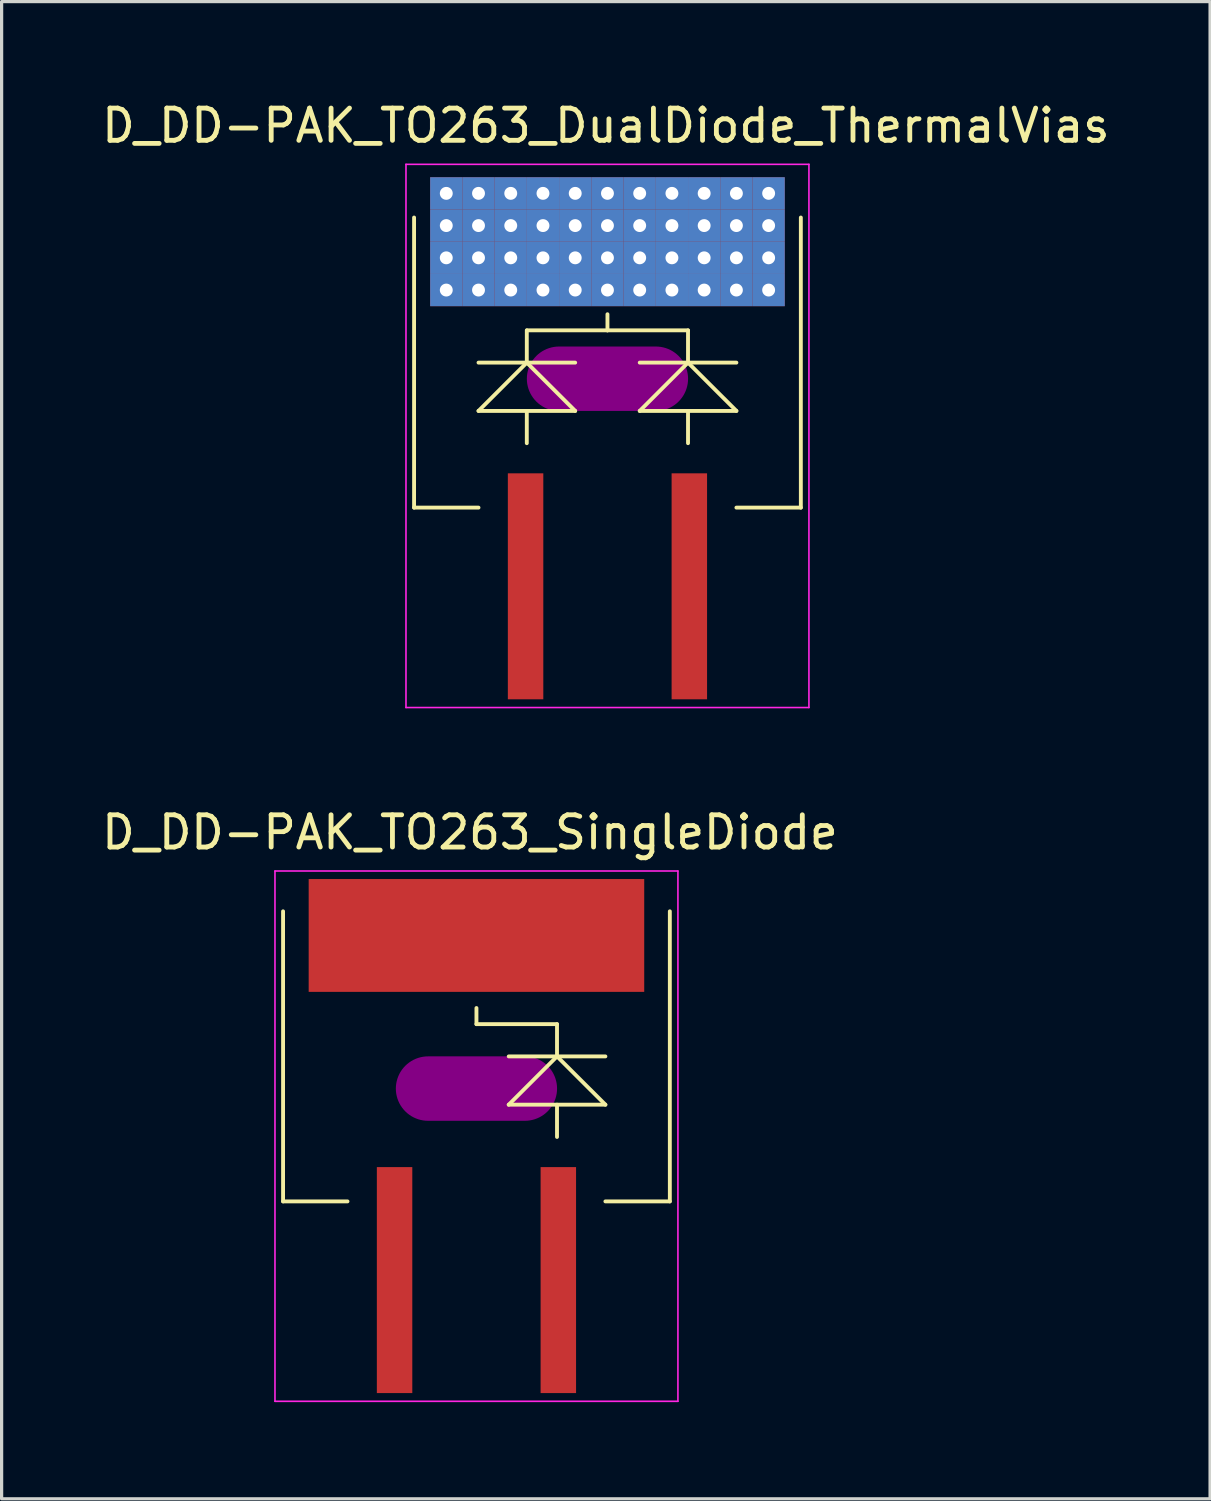
<source format=kicad_pcb>
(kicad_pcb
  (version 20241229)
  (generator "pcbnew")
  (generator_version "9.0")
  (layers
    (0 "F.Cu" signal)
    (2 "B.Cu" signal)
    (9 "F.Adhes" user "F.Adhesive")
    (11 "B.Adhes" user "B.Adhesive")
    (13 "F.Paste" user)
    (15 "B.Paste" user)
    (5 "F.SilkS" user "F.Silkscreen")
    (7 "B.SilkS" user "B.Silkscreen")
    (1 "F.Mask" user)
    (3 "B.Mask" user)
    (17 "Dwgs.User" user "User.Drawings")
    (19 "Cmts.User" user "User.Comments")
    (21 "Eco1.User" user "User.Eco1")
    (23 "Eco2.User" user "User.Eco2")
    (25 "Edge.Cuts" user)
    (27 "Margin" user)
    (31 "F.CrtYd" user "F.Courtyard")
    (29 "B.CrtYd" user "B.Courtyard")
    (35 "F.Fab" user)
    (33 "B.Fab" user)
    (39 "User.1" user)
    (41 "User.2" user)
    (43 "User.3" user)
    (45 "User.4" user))
  (footprint "D_DD-PAK_TO263_DualDiode_ThermalVias"
    (layer "F.Cu")
    (at 15.794 10.698)
    (property "Reference" "D_DD-PAK_TO263_DualDiode_ThermalVias" (at -0.05 -9.85 0) (layer "F.SilkS") (effects (font (size 1 1) (thickness 0.15))))
    (attr smd)
    (fp_line (start -5.5 -8.25) (end 5.5 -8.25) (stroke (width 0.45) (type solid)) (layer "F.Mask"))
    (fp_line (start -5.5 -4.25) (end -5.5 -8.25) (stroke (width 0.45) (type solid)) (layer "F.Mask"))
    (fp_line (start -5.25 -7.25) (end 5.25 -7.25) (stroke (width 0.45) (type solid)) (layer "F.Mask"))
    (fp_line (start -5.25 -6.25) (end 5.25 -6.25) (stroke (width 0.45) (type solid)) (layer "F.Mask"))
    (fp_line (start -5.25 -5.25) (end 5.25 -5.25) (stroke (width 0.45) (type solid)) (layer "F.Mask"))
    (fp_line (start -4.5 -8.05) (end -4.5 -4.5) (stroke (width 0.45) (type solid)) (layer "F.Mask"))
    (fp_line (start -3.5 -8.05) (end -3.5 -4.5) (stroke (width 0.45) (type solid)) (layer "F.Mask"))
    (fp_line (start -2.5 -8.05) (end -2.5 -4.5) (stroke (width 0.45) (type solid)) (layer "F.Mask"))
    (fp_line (start -1.5 -8.05) (end -1.5 -4.5) (stroke (width 0.45) (type solid)) (layer "F.Mask"))
    (fp_line (start -0.5 -8.05) (end -0.5 -4.5) (stroke (width 0.45) (type solid)) (layer "F.Mask"))
    (fp_line (start 0.5 -8.05) (end 0.5 -4.5) (stroke (width 0.45) (type solid)) (layer "F.Mask"))
    (fp_line (start 1.5 -8.05) (end 1.5 -4.5) (stroke (width 0.45) (type solid)) (layer "F.Mask"))
    (fp_line (start 2.5 -8.05) (end 2.5 -4.5) (stroke (width 0.45) (type solid)) (layer "F.Mask"))
    (fp_line (start 3.5 -8.05) (end 3.5 -4.5) (stroke (width 0.45) (type solid)) (layer "F.Mask"))
    (fp_line (start 4.5 -8.05) (end 4.5 -4.5) (stroke (width 0.45) (type solid)) (layer "F.Mask"))
    (fp_line (start 5.5 -8.25) (end 5.5 -4.25) (stroke (width 0.45) (type solid)) (layer "F.Mask"))
    (fp_line (start 5.5 -4.25) (end -5.5 -4.25) (stroke (width 0.45) (type solid)) (layer "F.Mask"))
    (fp_circle (center -5 -7.75) (end -4.9 -7.75) (stroke (width 0.215) (type solid)) (fill no) (layer "F.Mask"))
    (fp_circle (center -5 -6.75) (end -4.9 -6.75) (stroke (width 0.215) (type solid)) (fill no) (layer "F.Mask"))
    (fp_circle (center -5 -5.75) (end -4.9 -5.75) (stroke (width 0.215) (type solid)) (fill no) (layer "F.Mask"))
    (fp_circle (center -5 -4.75) (end -4.9 -4.75) (stroke (width 0.215) (type solid)) (fill no) (layer "F.Mask"))
    (fp_circle (center -4 -7.75) (end -3.9 -7.75) (stroke (width 0.215) (type solid)) (fill no) (layer "F.Mask"))
    (fp_circle (center -4 -6.75) (end -3.9 -6.75) (stroke (width 0.215) (type solid)) (fill no) (layer "F.Mask"))
    (fp_circle (center -4 -5.75) (end -3.9 -5.75) (stroke (width 0.215) (type solid)) (fill no) (layer "F.Mask"))
    (fp_circle (center -4 -4.75) (end -3.9 -4.75) (stroke (width 0.215) (type solid)) (fill no) (layer "F.Mask"))
    (fp_circle (center -3 -7.75) (end -2.9 -7.75) (stroke (width 0.215) (type solid)) (fill no) (layer "F.Mask"))
    (fp_circle (center -3 -6.75) (end -2.9 -6.75) (stroke (width 0.215) (type solid)) (fill no) (layer "F.Mask"))
    (fp_circle (center -3 -5.75) (end -2.9 -5.75) (stroke (width 0.215) (type solid)) (fill no) (layer "F.Mask"))
    (fp_circle (center -3 -4.75) (end -2.9 -4.75) (stroke (width 0.215) (type solid)) (fill no) (layer "F.Mask"))
    (fp_circle (center -2 -7.75) (end -1.9 -7.75) (stroke (width 0.215) (type solid)) (fill no) (layer "F.Mask"))
    (fp_circle (center -2 -6.75) (end -1.9 -6.75) (stroke (width 0.215) (type solid)) (fill no) (layer "F.Mask"))
    (fp_circle (center -2 -5.75) (end -1.9 -5.75) (stroke (width 0.215) (type solid)) (fill no) (layer "F.Mask"))
    (fp_circle (center -2 -4.75) (end -1.9 -4.75) (stroke (width 0.215) (type solid)) (fill no) (layer "F.Mask"))
    (fp_circle (center -1 -7.75) (end -0.9 -7.75) (stroke (width 0.215) (type solid)) (fill no) (layer "F.Mask"))
    (fp_circle (center -1 -6.75) (end -0.9 -6.75) (stroke (width 0.215) (type solid)) (fill no) (layer "F.Mask"))
    (fp_circle (center -1 -5.75) (end -0.9 -5.75) (stroke (width 0.215) (type solid)) (fill no) (layer "F.Mask"))
    (fp_circle (center -1 -4.75) (end -0.9 -4.75) (stroke (width 0.215) (type solid)) (fill no) (layer "F.Mask"))
    (fp_circle (center 0 -7.75) (end 0.1 -7.75) (stroke (width 0.215) (type solid)) (fill no) (layer "F.Mask"))
    (fp_circle (center 0 -6.75) (end 0.1 -6.75) (stroke (width 0.215) (type solid)) (fill no) (layer "F.Mask"))
    (fp_circle (center 0 -5.75) (end 0.1 -5.75) (stroke (width 0.215) (type solid)) (fill no) (layer "F.Mask"))
    (fp_circle (center 0 -4.75) (end 0.1 -4.75) (stroke (width 0.215) (type solid)) (fill no) (layer "F.Mask"))
    (fp_circle (center 1 -7.75) (end 1.1 -7.75) (stroke (width 0.215) (type solid)) (fill no) (layer "F.Mask"))
    (fp_circle (center 1 -6.75) (end 1.1 -6.75) (stroke (width 0.215) (type solid)) (fill no) (layer "F.Mask"))
    (fp_circle (center 1 -5.75) (end 1.1 -5.75) (stroke (width 0.215) (type solid)) (fill no) (layer "F.Mask"))
    (fp_circle (center 1 -4.75) (end 1.1 -4.75) (stroke (width 0.215) (type solid)) (fill no) (layer "F.Mask"))
    (fp_circle (center 2 -7.75) (end 2.1 -7.75) (stroke (width 0.215) (type solid)) (fill no) (layer "F.Mask"))
    (fp_circle (center 2 -6.75) (end 2.1 -6.75) (stroke (width 0.215) (type solid)) (fill no) (layer "F.Mask"))
    (fp_circle (center 2 -5.75) (end 2.1 -5.75) (stroke (width 0.215) (type solid)) (fill no) (layer "F.Mask"))
    (fp_circle (center 2 -4.75) (end 2.1 -4.75) (stroke (width 0.215) (type solid)) (fill no) (layer "F.Mask"))
    (fp_circle (center 3 -7.75) (end 3.1 -7.75) (stroke (width 0.215) (type solid)) (fill no) (layer "F.Mask"))
    (fp_circle (center 3 -6.75) (end 3.1 -6.75) (stroke (width 0.215) (type solid)) (fill no) (layer "F.Mask"))
    (fp_circle (center 3 -5.75) (end 3.1 -5.75) (stroke (width 0.215) (type solid)) (fill no) (layer "F.Mask"))
    (fp_circle (center 3 -4.75) (end 3.1 -4.75) (stroke (width 0.215) (type solid)) (fill no) (layer "F.Mask"))
    (fp_circle (center 4 -7.75) (end 4.1 -7.75) (stroke (width 0.215) (type solid)) (fill no) (layer "F.Mask"))
    (fp_circle (center 4 -6.75) (end 4.1 -6.75) (stroke (width 0.215) (type solid)) (fill no) (layer "F.Mask"))
    (fp_circle (center 4 -5.75) (end 4.1 -5.75) (stroke (width 0.215) (type solid)) (fill no) (layer "F.Mask"))
    (fp_circle (center 4 -4.75) (end 4.1 -4.75) (stroke (width 0.215) (type solid)) (fill no) (layer "F.Mask"))
    (fp_circle (center 5 -7.75) (end 5.1 -7.75) (stroke (width 0.215) (type solid)) (fill no) (layer "F.Mask"))
    (fp_circle (center 5 -6.75) (end 5.1 -6.75) (stroke (width 0.215) (type solid)) (fill no) (layer "F.Mask"))
    (fp_circle (center 5 -5.75) (end 5.1 -5.75) (stroke (width 0.215) (type solid)) (fill no) (layer "F.Mask"))
    (fp_circle (center 5 -4.75) (end 5.1 -4.75) (stroke (width 0.215) (type solid)) (fill no) (layer "F.Mask"))
    (fp_line (start -5.999 -7) (end -5.999 1.999) (stroke (width 0.12) (type solid)) (layer "F.SilkS"))
    (fp_line (start -5.999 1.999) (end -4 1.999) (stroke (width 0.12) (type solid)) (layer "F.SilkS"))
    (fp_line (start -4 -2.499) (end -1.001 -2.499) (stroke (width 0.12) (type solid)) (layer "F.SilkS"))
    (fp_line (start -4 -1.001) (end -1.001 -1.001) (stroke (width 0.12) (type solid)) (layer "F.SilkS"))
    (fp_line (start -2.502 -2.499) (end -4 -1.001) (stroke (width 0.12) (type solid)) (layer "F.SilkS"))
    (fp_line (start -2.502 -2.499) (end -2.502 -3.5) (stroke (width 0.12) (type solid)) (layer "F.SilkS"))
    (fp_line (start -2.502 -1.001) (end -2.502 0) (stroke (width 0.12) (type solid)) (layer "F.SilkS"))
    (fp_line (start -2.499 -3.5) (end 0 -3.5) (stroke (width 0.12) (type solid)) (layer "F.SilkS"))
    (fp_line (start -1.001 -1.001) (end -2.502 -2.499) (stroke (width 0.12) (type solid)) (layer "F.SilkS"))
    (fp_line (start 0 -3.5) (end 0 -4) (stroke (width 0.12) (type solid)) (layer "F.SilkS"))
    (fp_line (start 1.001 -2.499) (end 4 -2.499) (stroke (width 0.12) (type solid)) (layer "F.SilkS"))
    (fp_line (start 1.001 -1.001) (end 4 -1.001) (stroke (width 0.12) (type solid)) (layer "F.SilkS"))
    (fp_line (start 2.499 -3.5) (end 0 -3.5) (stroke (width 0.12) (type solid)) (layer "F.SilkS"))
    (fp_line (start 2.499 -2.499) (end 1.001 -1.001) (stroke (width 0.12) (type solid)) (layer "F.SilkS"))
    (fp_line (start 2.499 -2.499) (end 2.499 -3.5) (stroke (width 0.12) (type solid)) (layer "F.SilkS"))
    (fp_line (start 2.499 -1.001) (end 2.499 0) (stroke (width 0.12) (type solid)) (layer "F.SilkS"))
    (fp_line (start 4 -1.001) (end 2.499 -2.499) (stroke (width 0.12) (type solid)) (layer "F.SilkS"))
    (fp_line (start 4 1.999) (end 5.999 1.999) (stroke (width 0.12) (type solid)) (layer "F.SilkS"))
    (fp_line (start 5.999 1.999) (end 5.999 -7) (stroke (width 0.12) (type solid)) (layer "F.SilkS"))
    (fp_line (start -5.25 -7.25) (end 5.25 -7.25) (stroke (width 0.45) (type solid)) (layer "F.Paste"))
    (fp_line (start -5.25 -6.25) (end 5.25 -6.25) (stroke (width 0.45) (type solid)) (layer "F.Paste"))
    (fp_line (start -5.25 -5.25) (end 5.25 -5.25) (stroke (width 0.45) (type solid)) (layer "F.Paste"))
    (fp_line (start -4.5 -8.05) (end -4.5 -4.5) (stroke (width 0.45) (type solid)) (layer "F.Paste"))
    (fp_line (start -3.5 -8.05) (end -3.5 -4.5) (stroke (width 0.45) (type solid)) (layer "F.Paste"))
    (fp_line (start -2.5 -8.05) (end -2.5 -4.5) (stroke (width 0.45) (type solid)) (layer "F.Paste"))
    (fp_line (start -1.5 -8.05) (end -1.5 -4.5) (stroke (width 0.45) (type solid)) (layer "F.Paste"))
    (fp_line (start -0.5 -8.05) (end -0.5 -4.5) (stroke (width 0.45) (type solid)) (layer "F.Paste"))
    (fp_line (start 0.5 -8.05) (end 0.5 -4.5) (stroke (width 0.45) (type solid)) (layer "F.Paste"))
    (fp_line (start 1.5 -8.05) (end 1.5 -4.5) (stroke (width 0.45) (type solid)) (layer "F.Paste"))
    (fp_line (start 2.5 -8.05) (end 2.5 -4.5) (stroke (width 0.45) (type solid)) (layer "F.Paste"))
    (fp_line (start 3.5 -8.05) (end 3.5 -4.5) (stroke (width 0.45) (type solid)) (layer "F.Paste"))
    (fp_line (start 4.5 -8.05) (end 4.5 -4.5) (stroke (width 0.45) (type solid)) (layer "F.Paste"))
    (fp_line (start -6.25 -8.65) (end 6.25 -8.65) (stroke (width 0.05) (type solid)) (layer "F.CrtYd"))
    (fp_line (start -6.25 8.2) (end -6.25 -8.65) (stroke (width 0.05) (type solid)) (layer "F.CrtYd"))
    (fp_line (start 6.25 -8.65) (end 6.25 8.2) (stroke (width 0.05) (type solid)) (layer "F.CrtYd"))
    (fp_line (start 6.25 8.2) (end -6.25 8.2) (stroke (width 0.05) (type solid)) (layer "F.CrtYd"))
    (pad "" smd oval (at 0 -1.999) (size 5.001 1.999) (layers "F.Adhes"))
    (pad "1" smd rect (at -2.54 4.44) (size 1.1 7.01) (layers "F.Cu" "F.Mask" "F.Paste"))
    (pad "2" thru_hole rect (at -5 -7.75) (size 1 1) (drill 0.4) (layers "*.Cu" "B.Mask"))
    (pad "2" thru_hole rect (at -5 -6.75) (size 1 1) (drill 0.4) (layers "*.Cu" "B.Mask"))
    (pad "2" thru_hole rect (at -5 -5.75) (size 1 1) (drill 0.4) (layers "*.Cu" "B.Mask"))
    (pad "2" thru_hole rect (at -5 -4.75) (size 1 1) (drill 0.4) (layers "*.Cu" "B.Mask"))
    (pad "2" thru_hole rect (at -4 -7.75) (size 1 1) (drill 0.4) (layers "*.Cu" "B.Mask"))
    (pad "2" thru_hole rect (at -4 -6.75) (size 1 1) (drill 0.4) (layers "*.Cu" "B.Mask"))
    (pad "2" thru_hole rect (at -4 -5.75) (size 1 1) (drill 0.4) (layers "*.Cu" "B.Mask"))
    (pad "2" thru_hole rect (at -4 -4.75) (size 1 1) (drill 0.4) (layers "*.Cu" "B.Mask"))
    (pad "2" thru_hole rect (at -3 -7.75) (size 1 1) (drill 0.4) (layers "*.Cu" "B.Mask"))
    (pad "2" thru_hole rect (at -3 -6.75) (size 1 1) (drill 0.4) (layers "*.Cu" "B.Mask"))
    (pad "2" thru_hole rect (at -3 -5.75) (size 1 1) (drill 0.4) (layers "*.Cu" "B.Mask"))
    (pad "2" thru_hole rect (at -3 -4.75) (size 1 1) (drill 0.4) (layers "*.Cu" "B.Mask"))
    (pad "2" thru_hole rect (at -2 -7.75) (size 1 1) (drill 0.4) (layers "*.Cu" "B.Mask"))
    (pad "2" thru_hole rect (at -2 -6.75) (size 1 1) (drill 0.4) (layers "*.Cu" "B.Mask"))
    (pad "2" thru_hole rect (at -2 -5.75) (size 1 1) (drill 0.4) (layers "*.Cu" "B.Mask"))
    (pad "2" thru_hole rect (at -2 -4.75) (size 1 1) (drill 0.4) (layers "*.Cu" "B.Mask"))
    (pad "2" thru_hole rect (at -1 -7.75) (size 1 1) (drill 0.4) (layers "*.Cu" "B.Mask"))
    (pad "2" thru_hole rect (at -1 -6.75) (size 1 1) (drill 0.4) (layers "*.Cu" "B.Mask"))
    (pad "2" thru_hole rect (at -1 -5.75) (size 1 1) (drill 0.4) (layers "*.Cu" "B.Mask"))
    (pad "2" thru_hole rect (at -1 -4.75) (size 1 1) (drill 0.4) (layers "*.Cu" "B.Mask"))
    (pad "2" thru_hole rect (at 0 -7.75) (size 1 1) (drill 0.4) (layers "*.Cu" "B.Mask"))
    (pad "2" thru_hole rect (at 0 -6.75) (size 1 1) (drill 0.4) (layers "*.Cu" "B.Mask"))
    (pad "2" thru_hole rect (at 0 -5.75) (size 1 1) (drill 0.4) (layers "*.Cu" "B.Mask"))
    (pad "2" thru_hole rect (at 0 -4.75) (size 1 1) (drill 0.4) (layers "*.Cu" "B.Mask"))
    (pad "2" thru_hole rect (at 1 -7.75) (size 1 1) (drill 0.4) (layers "*.Cu" "B.Mask"))
    (pad "2" thru_hole rect (at 1 -6.75) (size 1 1) (drill 0.4) (layers "*.Cu" "B.Mask"))
    (pad "2" thru_hole rect (at 1 -5.75) (size 1 1) (drill 0.4) (layers "*.Cu" "B.Mask"))
    (pad "2" thru_hole rect (at 1 -4.75) (size 1 1) (drill 0.4) (layers "*.Cu" "B.Mask"))
    (pad "2" thru_hole rect (at 2 -7.75) (size 1 1) (drill 0.4) (layers "*.Cu" "B.Mask"))
    (pad "2" thru_hole rect (at 2 -6.75) (size 1 1) (drill 0.4) (layers "*.Cu" "B.Mask"))
    (pad "2" thru_hole rect (at 2 -5.75) (size 1 1) (drill 0.4) (layers "*.Cu" "B.Mask"))
    (pad "2" thru_hole rect (at 2 -4.75) (size 1 1) (drill 0.4) (layers "*.Cu" "B.Mask"))
    (pad "2" thru_hole rect (at 3 -7.75) (size 1 1) (drill 0.4) (layers "*.Cu" "B.Mask"))
    (pad "2" thru_hole rect (at 3 -6.75) (size 1 1) (drill 0.4) (layers "*.Cu" "B.Mask"))
    (pad "2" thru_hole rect (at 3 -5.75) (size 1 1) (drill 0.4) (layers "*.Cu" "B.Mask"))
    (pad "2" thru_hole rect (at 3 -4.75) (size 1 1) (drill 0.4) (layers "*.Cu" "B.Mask"))
    (pad "2" thru_hole rect (at 4 -7.75) (size 1 1) (drill 0.4) (layers "*.Cu" "B.Mask"))
    (pad "2" thru_hole rect (at 4 -6.75) (size 1 1) (drill 0.4) (layers "*.Cu" "B.Mask"))
    (pad "2" thru_hole rect (at 4 -5.75) (size 1 1) (drill 0.4) (layers "*.Cu" "B.Mask"))
    (pad "2" thru_hole rect (at 4 -4.75) (size 1 1) (drill 0.4) (layers "*.Cu" "B.Mask"))
    (pad "2" thru_hole rect (at 5 -7.75) (size 1 1) (drill 0.4) (layers "*.Cu" "B.Mask"))
    (pad "2" thru_hole rect (at 5 -6.75) (size 1 1) (drill 0.4) (layers "*.Cu" "B.Mask"))
    (pad "2" thru_hole rect (at 5 -5.75) (size 1 1) (drill 0.4) (layers "*.Cu" "B.Mask"))
    (pad "2" thru_hole rect (at 5 -4.75) (size 1 1) (drill 0.4) (layers "*.Cu" "B.Mask"))
    (pad "3" smd rect (at 2.54 4.44) (size 1.1 7.01) (layers "F.Cu" "F.Mask" "F.Paste")))
  (footprint "D_DD-PAK_TO263_SingleDiode"
    (layer "F.Cu")
    (at 11.73 32.22)
    (property "Reference" "D_DD-PAK_TO263_SingleDiode" (at -0.201 -9.449 0) (layer "F.SilkS") (effects (font (size 1 1) (thickness 0.15))))
    (attr smd)
    (fp_line (start -5.999 -7) (end -5.999 1.999) (stroke (width 0.12) (type solid)) (layer "F.SilkS"))
    (fp_line (start -5.999 1.999) (end -4 1.999) (stroke (width 0.12) (type solid)) (layer "F.SilkS"))
    (fp_line (start 0 -3.5) (end 0 -4) (stroke (width 0.12) (type solid)) (layer "F.SilkS"))
    (fp_line (start 1.001 -2.499) (end 4 -2.499) (stroke (width 0.12) (type solid)) (layer "F.SilkS"))
    (fp_line (start 1.001 -1.001) (end 4 -1.001) (stroke (width 0.12) (type solid)) (layer "F.SilkS"))
    (fp_line (start 2.499 -3.5) (end 0 -3.5) (stroke (width 0.12) (type solid)) (layer "F.SilkS"))
    (fp_line (start 2.499 -2.499) (end 1.001 -1.001) (stroke (width 0.12) (type solid)) (layer "F.SilkS"))
    (fp_line (start 2.499 -2.499) (end 2.499 -3.5) (stroke (width 0.12) (type solid)) (layer "F.SilkS"))
    (fp_line (start 2.499 -1.001) (end 2.499 0) (stroke (width 0.12) (type solid)) (layer "F.SilkS"))
    (fp_line (start 4 -1.001) (end 2.499 -2.499) (stroke (width 0.12) (type solid)) (layer "F.SilkS"))
    (fp_line (start 4 1.999) (end 5.999 1.999) (stroke (width 0.12) (type solid)) (layer "F.SilkS"))
    (fp_line (start 5.999 1.999) (end 5.999 -7) (stroke (width 0.12) (type solid)) (layer "F.SilkS"))
    (fp_line (start -6.25 -8.25) (end 6.25 -8.25) (stroke (width 0.05) (type solid)) (layer "F.CrtYd"))
    (fp_line (start -6.25 8.2) (end -6.25 -8.25) (stroke (width 0.05) (type solid)) (layer "F.CrtYd"))
    (fp_line (start 6.25 -8.25) (end 6.25 8.2) (stroke (width 0.05) (type solid)) (layer "F.CrtYd"))
    (fp_line (start 6.25 8.2) (end -6.25 8.2) (stroke (width 0.05) (type solid)) (layer "F.CrtYd"))
    (pad "" smd oval (at 0 -1.501) (size 5.001 1.999) (layers "F.Adhes"))
    (pad "1" smd rect (at -2.54 4.44) (size 1.1 7.01) (layers "F.Cu" "F.Mask" "F.Paste"))
    (pad "2" smd rect (at 0 -6.251) (size 10.409 3.5) (layers "F.Cu" "F.Mask" "F.Paste"))
    (pad "3" smd rect (at 2.54 4.44) (size 1.1 7.01) (layers "F.Cu" "F.Mask" "F.Paste")))
  (gr_rect
    (start -3 -3)
    (end 34.488 43.445)
    (stroke (width 0.1) (type default))
    (fill no)
    (layer "Edge.Cuts")))
</source>
